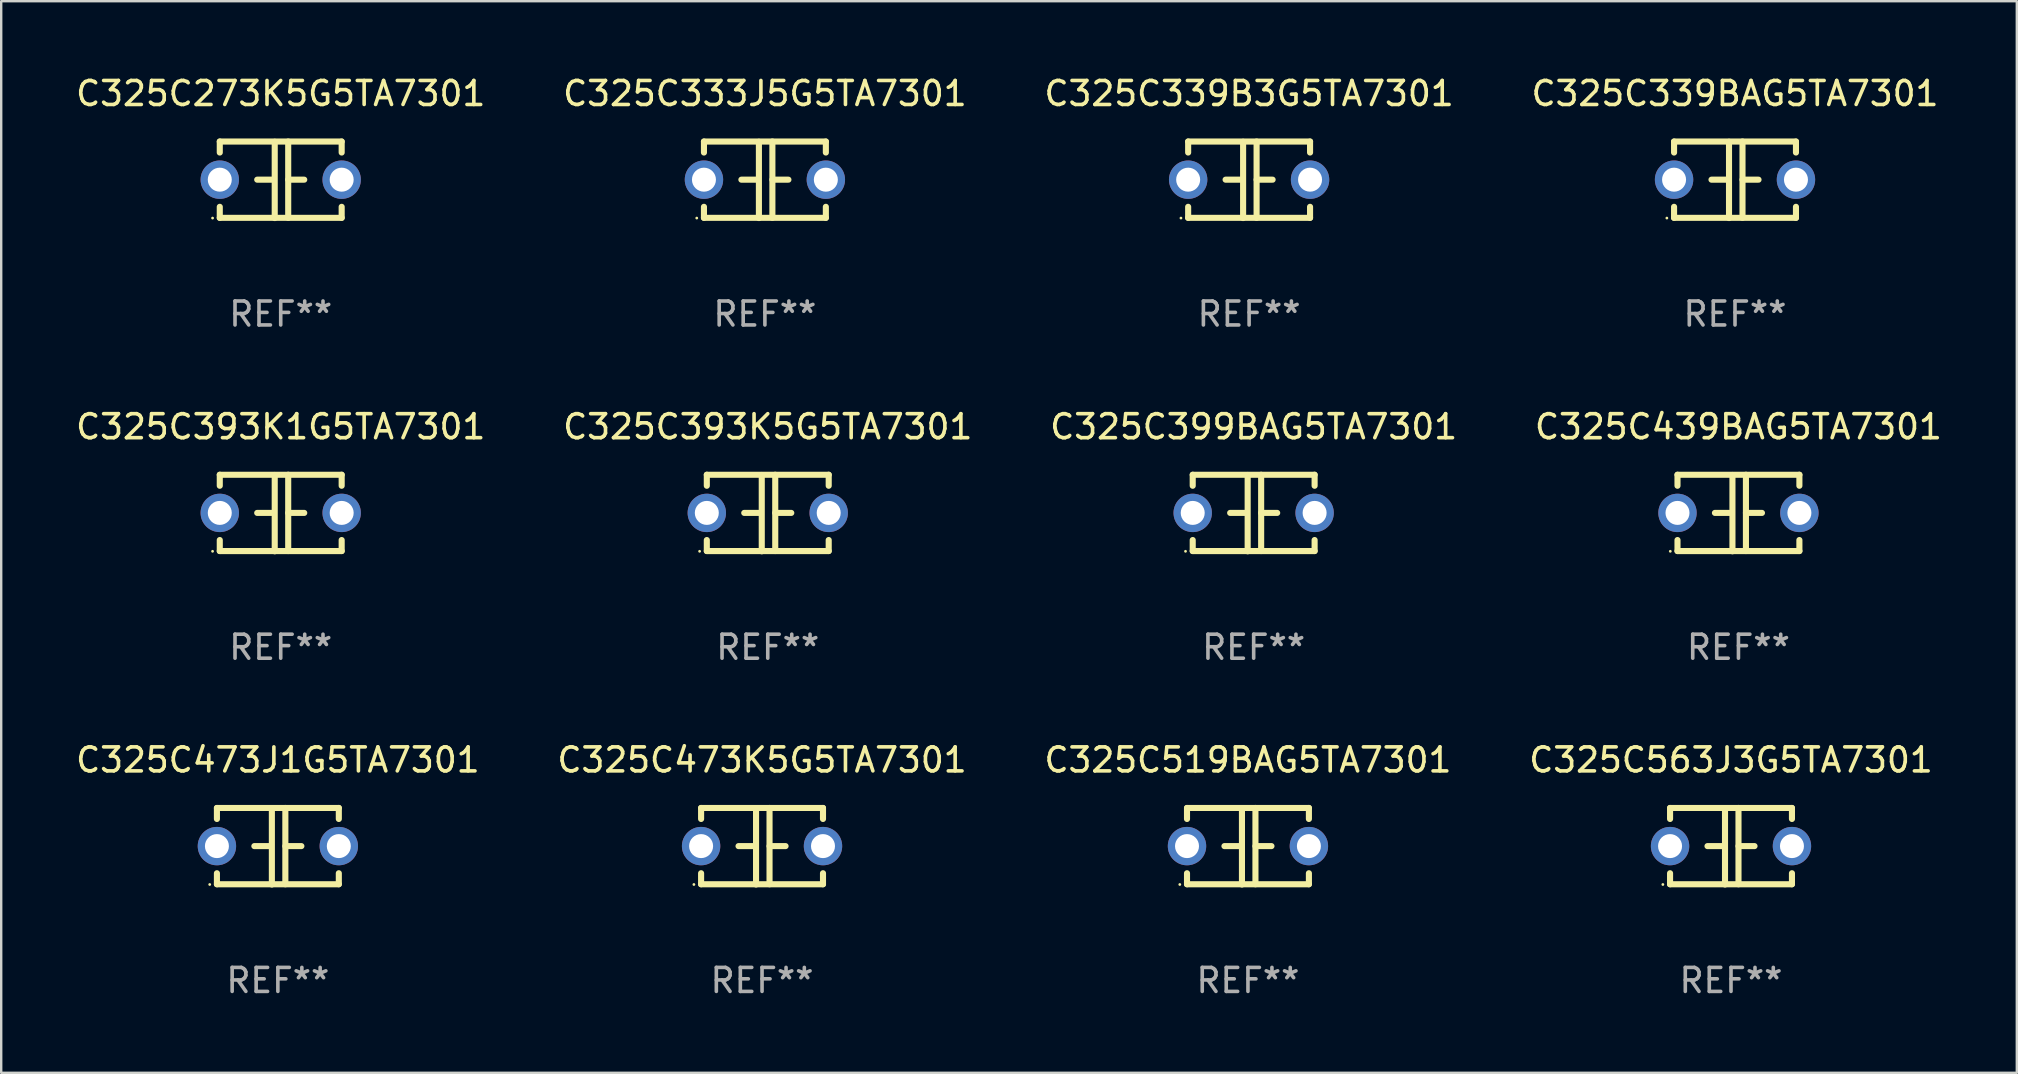
<source format=kicad_pcb>
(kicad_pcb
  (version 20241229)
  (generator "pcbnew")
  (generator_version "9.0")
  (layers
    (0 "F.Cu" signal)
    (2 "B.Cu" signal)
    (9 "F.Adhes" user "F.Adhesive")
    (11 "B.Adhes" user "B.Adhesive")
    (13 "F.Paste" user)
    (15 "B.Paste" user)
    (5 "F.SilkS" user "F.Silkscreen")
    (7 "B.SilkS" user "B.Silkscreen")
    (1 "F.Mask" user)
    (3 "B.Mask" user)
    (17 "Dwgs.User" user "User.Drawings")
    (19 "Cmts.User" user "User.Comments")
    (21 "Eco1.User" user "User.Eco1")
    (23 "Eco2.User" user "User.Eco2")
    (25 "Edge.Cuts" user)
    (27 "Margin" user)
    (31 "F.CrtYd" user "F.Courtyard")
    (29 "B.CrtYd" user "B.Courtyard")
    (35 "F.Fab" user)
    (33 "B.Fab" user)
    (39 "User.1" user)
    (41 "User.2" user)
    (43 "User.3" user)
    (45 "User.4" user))
  (footprint "C325C339BAG5TA7301"
    (layer "F.Cu")
    (at 69.256 4.443)
    (property "Reference" "C325C339BAG5TA7301" (at 0 -3.595 0) (layer "F.SilkS") (effects (font (size 1 1) (thickness 0.15))))
    (attr through_hole)
    (fp_line (start -2.54 -1.595) (end -2.54 -1.136) (stroke (width 0.254) (type solid)) (layer "F.SilkS"))
    (fp_line (start -2.54 -1.595) (end 2.54 -1.595) (stroke (width 0.254) (type solid)) (layer "F.SilkS"))
    (fp_line (start -2.54 1.126) (end -2.54 1.585) (stroke (width 0.254) (type solid)) (layer "F.SilkS"))
    (fp_line (start -0.312 -0.005) (end -0.98 -0.005) (stroke (width 0.254) (type solid)) (layer "F.SilkS"))
    (fp_line (start -0.25 -1.585) (end -0.25 1.595) (stroke (width 0.254) (type solid)) (layer "F.SilkS"))
    (fp_line (start 0.312 -1.595) (end 0.312 1.585) (stroke (width 0.254) (type solid)) (layer "F.SilkS"))
    (fp_line (start 0.312 -0.005) (end 0.98 -0.005) (stroke (width 0.254) (type solid)) (layer "F.SilkS"))
    (fp_line (start 2.54 -1.595) (end 2.54 -1.136) (stroke (width 0.254) (type solid)) (layer "F.SilkS"))
    (fp_line (start 2.54 1.126) (end 2.54 1.585) (stroke (width 0.254) (type solid)) (layer "F.SilkS"))
    (fp_line (start 2.54 1.585) (end -2.54 1.585) (stroke (width 0.254) (type solid)) (layer "F.SilkS"))
    (fp_circle (center -2.84 1.595) (end -2.81 1.595) (stroke (width 0.06) (type solid)) (fill no) (layer "F.SilkS"))
    (fp_text user "REF**" (at 0 5.595 0) (layer "F.Fab") (effects (font (size 1 1) (thickness 0.15))))
    (pad "1" thru_hole circle (at -2.54 -0.005) (size 1.6 1.6) (drill 1) (layers "*.Cu" "*.Mask"))
    (pad "2" thru_hole circle (at 2.54 -0.005) (size 1.6 1.6) (drill 1) (layers "*.Cu" "*.Mask")))
  (footprint "C325C473K5G5TA7301"
    (layer "F.Cu")
    (at 28.708 32.216)
    (property "Reference" "C325C473K5G5TA7301" (at 0 -3.595 0) (layer "F.SilkS") (effects (font (size 1 1) (thickness 0.15))))
    (attr through_hole)
    (fp_line (start -2.54 -1.595) (end -2.54 -1.136) (stroke (width 0.254) (type solid)) (layer "F.SilkS"))
    (fp_line (start -2.54 -1.595) (end 2.54 -1.595) (stroke (width 0.254) (type solid)) (layer "F.SilkS"))
    (fp_line (start -2.54 1.126) (end -2.54 1.585) (stroke (width 0.254) (type solid)) (layer "F.SilkS"))
    (fp_line (start -0.312 -0.005) (end -0.98 -0.005) (stroke (width 0.254) (type solid)) (layer "F.SilkS"))
    (fp_line (start -0.25 -1.585) (end -0.25 1.595) (stroke (width 0.254) (type solid)) (layer "F.SilkS"))
    (fp_line (start 0.312 -1.595) (end 0.312 1.585) (stroke (width 0.254) (type solid)) (layer "F.SilkS"))
    (fp_line (start 0.312 -0.005) (end 0.98 -0.005) (stroke (width 0.254) (type solid)) (layer "F.SilkS"))
    (fp_line (start 2.54 -1.595) (end 2.54 -1.136) (stroke (width 0.254) (type solid)) (layer "F.SilkS"))
    (fp_line (start 2.54 1.126) (end 2.54 1.585) (stroke (width 0.254) (type solid)) (layer "F.SilkS"))
    (fp_line (start 2.54 1.585) (end -2.54 1.585) (stroke (width 0.254) (type solid)) (layer "F.SilkS"))
    (fp_circle (center -2.84 1.595) (end -2.81 1.595) (stroke (width 0.06) (type solid)) (fill no) (layer "F.SilkS"))
    (fp_text user "REF**" (at 0 5.595 0) (layer "F.Fab") (effects (font (size 1 1) (thickness 0.15))))
    (pad "1" thru_hole circle (at -2.54 -0.005) (size 1.6 1.6) (drill 1) (layers "*.Cu" "*.Mask"))
    (pad "2" thru_hole circle (at 2.54 -0.005) (size 1.6 1.6) (drill 1) (layers "*.Cu" "*.Mask")))
  (footprint "C325C399BAG5TA7301"
    (layer "F.Cu")
    (at 49.196 18.33)
    (property "Reference" "C325C399BAG5TA7301" (at 0 -3.595 0) (layer "F.SilkS") (effects (font (size 1 1) (thickness 0.15))))
    (attr through_hole)
    (fp_line (start -2.54 -1.595) (end -2.54 -1.136) (stroke (width 0.254) (type solid)) (layer "F.SilkS"))
    (fp_line (start -2.54 -1.595) (end 2.54 -1.595) (stroke (width 0.254) (type solid)) (layer "F.SilkS"))
    (fp_line (start -2.54 1.126) (end -2.54 1.585) (stroke (width 0.254) (type solid)) (layer "F.SilkS"))
    (fp_line (start -0.312 -0.005) (end -0.98 -0.005) (stroke (width 0.254) (type solid)) (layer "F.SilkS"))
    (fp_line (start -0.25 -1.585) (end -0.25 1.595) (stroke (width 0.254) (type solid)) (layer "F.SilkS"))
    (fp_line (start 0.312 -1.595) (end 0.312 1.585) (stroke (width 0.254) (type solid)) (layer "F.SilkS"))
    (fp_line (start 0.312 -0.005) (end 0.98 -0.005) (stroke (width 0.254) (type solid)) (layer "F.SilkS"))
    (fp_line (start 2.54 -1.595) (end 2.54 -1.136) (stroke (width 0.254) (type solid)) (layer "F.SilkS"))
    (fp_line (start 2.54 1.126) (end 2.54 1.585) (stroke (width 0.254) (type solid)) (layer "F.SilkS"))
    (fp_line (start 2.54 1.585) (end -2.54 1.585) (stroke (width 0.254) (type solid)) (layer "F.SilkS"))
    (fp_circle (center -2.84 1.595) (end -2.81 1.595) (stroke (width 0.06) (type solid)) (fill no) (layer "F.SilkS"))
    (fp_text user "REF**" (at 0 5.595 0) (layer "F.Fab") (effects (font (size 1 1) (thickness 0.15))))
    (pad "1" thru_hole circle (at -2.54 -0.005) (size 1.6 1.6) (drill 1) (layers "*.Cu" "*.Mask"))
    (pad "2" thru_hole circle (at 2.54 -0.005) (size 1.6 1.6) (drill 1) (layers "*.Cu" "*.Mask")))
  (footprint "C325C473J1G5TA7301"
    (layer "F.Cu")
    (at 8.53 32.216)
    (property "Reference" "C325C473J1G5TA7301" (at 0 -3.595 0) (layer "F.SilkS") (effects (font (size 1 1) (thickness 0.15))))
    (attr through_hole)
    (fp_line (start -2.54 -1.595) (end -2.54 -1.136) (stroke (width 0.254) (type solid)) (layer "F.SilkS"))
    (fp_line (start -2.54 -1.595) (end 2.54 -1.595) (stroke (width 0.254) (type solid)) (layer "F.SilkS"))
    (fp_line (start -2.54 1.126) (end -2.54 1.585) (stroke (width 0.254) (type solid)) (layer "F.SilkS"))
    (fp_line (start -0.312 -0.005) (end -0.98 -0.005) (stroke (width 0.254) (type solid)) (layer "F.SilkS"))
    (fp_line (start -0.25 -1.585) (end -0.25 1.595) (stroke (width 0.254) (type solid)) (layer "F.SilkS"))
    (fp_line (start 0.312 -1.595) (end 0.312 1.585) (stroke (width 0.254) (type solid)) (layer "F.SilkS"))
    (fp_line (start 0.312 -0.005) (end 0.98 -0.005) (stroke (width 0.254) (type solid)) (layer "F.SilkS"))
    (fp_line (start 2.54 -1.595) (end 2.54 -1.136) (stroke (width 0.254) (type solid)) (layer "F.SilkS"))
    (fp_line (start 2.54 1.126) (end 2.54 1.585) (stroke (width 0.254) (type solid)) (layer "F.SilkS"))
    (fp_line (start 2.54 1.585) (end -2.54 1.585) (stroke (width 0.254) (type solid)) (layer "F.SilkS"))
    (fp_circle (center -2.84 1.595) (end -2.81 1.595) (stroke (width 0.06) (type solid)) (fill no) (layer "F.SilkS"))
    (fp_text user "REF**" (at 0 5.595 0) (layer "F.Fab") (effects (font (size 1 1) (thickness 0.15))))
    (pad "1" thru_hole circle (at -2.54 -0.005) (size 1.6 1.6) (drill 1) (layers "*.Cu" "*.Mask"))
    (pad "2" thru_hole circle (at 2.54 -0.005) (size 1.6 1.6) (drill 1) (layers "*.Cu" "*.Mask")))
  (footprint "C325C273K5G5TA7301"
    (layer "F.Cu")
    (at 8.649 4.443)
    (property "Reference" "C325C273K5G5TA7301" (at 0 -3.595 0) (layer "F.SilkS") (effects (font (size 1 1) (thickness 0.15))))
    (attr through_hole)
    (fp_line (start -2.54 -1.595) (end -2.54 -1.136) (stroke (width 0.254) (type solid)) (layer "F.SilkS"))
    (fp_line (start -2.54 -1.595) (end 2.54 -1.595) (stroke (width 0.254) (type solid)) (layer "F.SilkS"))
    (fp_line (start -2.54 1.126) (end -2.54 1.585) (stroke (width 0.254) (type solid)) (layer "F.SilkS"))
    (fp_line (start -0.312 -0.005) (end -0.98 -0.005) (stroke (width 0.254) (type solid)) (layer "F.SilkS"))
    (fp_line (start -0.25 -1.585) (end -0.25 1.595) (stroke (width 0.254) (type solid)) (layer "F.SilkS"))
    (fp_line (start 0.312 -1.595) (end 0.312 1.585) (stroke (width 0.254) (type solid)) (layer "F.SilkS"))
    (fp_line (start 0.312 -0.005) (end 0.98 -0.005) (stroke (width 0.254) (type solid)) (layer "F.SilkS"))
    (fp_line (start 2.54 -1.595) (end 2.54 -1.136) (stroke (width 0.254) (type solid)) (layer "F.SilkS"))
    (fp_line (start 2.54 1.126) (end 2.54 1.585) (stroke (width 0.254) (type solid)) (layer "F.SilkS"))
    (fp_line (start 2.54 1.585) (end -2.54 1.585) (stroke (width 0.254) (type solid)) (layer "F.SilkS"))
    (fp_circle (center -2.84 1.595) (end -2.81 1.595) (stroke (width 0.06) (type solid)) (fill no) (layer "F.SilkS"))
    (fp_text user "REF**" (at 0 5.595 0) (layer "F.Fab") (effects (font (size 1 1) (thickness 0.15))))
    (pad "1" thru_hole circle (at -2.54 -0.005) (size 1.6 1.6) (drill 1) (layers "*.Cu" "*.Mask"))
    (pad "2" thru_hole circle (at 2.54 -0.005) (size 1.6 1.6) (drill 1) (layers "*.Cu" "*.Mask")))
  (footprint "C325C333J5G5TA7301"
    (layer "F.Cu")
    (at 28.827 4.443)
    (property "Reference" "C325C333J5G5TA7301" (at 0 -3.595 0) (layer "F.SilkS") (effects (font (size 1 1) (thickness 0.15))))
    (attr through_hole)
    (fp_line (start -2.54 -1.595) (end -2.54 -1.136) (stroke (width 0.254) (type solid)) (layer "F.SilkS"))
    (fp_line (start -2.54 -1.595) (end 2.54 -1.595) (stroke (width 0.254) (type solid)) (layer "F.SilkS"))
    (fp_line (start -2.54 1.126) (end -2.54 1.585) (stroke (width 0.254) (type solid)) (layer "F.SilkS"))
    (fp_line (start -0.312 -0.005) (end -0.98 -0.005) (stroke (width 0.254) (type solid)) (layer "F.SilkS"))
    (fp_line (start -0.25 -1.585) (end -0.25 1.595) (stroke (width 0.254) (type solid)) (layer "F.SilkS"))
    (fp_line (start 0.312 -1.595) (end 0.312 1.585) (stroke (width 0.254) (type solid)) (layer "F.SilkS"))
    (fp_line (start 0.312 -0.005) (end 0.98 -0.005) (stroke (width 0.254) (type solid)) (layer "F.SilkS"))
    (fp_line (start 2.54 -1.595) (end 2.54 -1.136) (stroke (width 0.254) (type solid)) (layer "F.SilkS"))
    (fp_line (start 2.54 1.126) (end 2.54 1.585) (stroke (width 0.254) (type solid)) (layer "F.SilkS"))
    (fp_line (start 2.54 1.585) (end -2.54 1.585) (stroke (width 0.254) (type solid)) (layer "F.SilkS"))
    (fp_circle (center -2.84 1.595) (end -2.81 1.595) (stroke (width 0.06) (type solid)) (fill no) (layer "F.SilkS"))
    (fp_text user "REF**" (at 0 5.595 0) (layer "F.Fab") (effects (font (size 1 1) (thickness 0.15))))
    (pad "1" thru_hole circle (at -2.54 -0.005) (size 1.6 1.6) (drill 1) (layers "*.Cu" "*.Mask"))
    (pad "2" thru_hole circle (at 2.54 -0.005) (size 1.6 1.6) (drill 1) (layers "*.Cu" "*.Mask")))
  (footprint "C325C519BAG5TA7301"
    (layer "F.Cu")
    (at 48.958 32.216)
    (property "Reference" "C325C519BAG5TA7301" (at 0 -3.595 0) (layer "F.SilkS") (effects (font (size 1 1) (thickness 0.15))))
    (attr through_hole)
    (fp_line (start -2.54 -1.595) (end -2.54 -1.136) (stroke (width 0.254) (type solid)) (layer "F.SilkS"))
    (fp_line (start -2.54 -1.595) (end 2.54 -1.595) (stroke (width 0.254) (type solid)) (layer "F.SilkS"))
    (fp_line (start -2.54 1.126) (end -2.54 1.585) (stroke (width 0.254) (type solid)) (layer "F.SilkS"))
    (fp_line (start -0.312 -0.005) (end -0.98 -0.005) (stroke (width 0.254) (type solid)) (layer "F.SilkS"))
    (fp_line (start -0.25 -1.585) (end -0.25 1.595) (stroke (width 0.254) (type solid)) (layer "F.SilkS"))
    (fp_line (start 0.312 -1.595) (end 0.312 1.585) (stroke (width 0.254) (type solid)) (layer "F.SilkS"))
    (fp_line (start 0.312 -0.005) (end 0.98 -0.005) (stroke (width 0.254) (type solid)) (layer "F.SilkS"))
    (fp_line (start 2.54 -1.595) (end 2.54 -1.136) (stroke (width 0.254) (type solid)) (layer "F.SilkS"))
    (fp_line (start 2.54 1.126) (end 2.54 1.585) (stroke (width 0.254) (type solid)) (layer "F.SilkS"))
    (fp_line (start 2.54 1.585) (end -2.54 1.585) (stroke (width 0.254) (type solid)) (layer "F.SilkS"))
    (fp_circle (center -2.84 1.595) (end -2.81 1.595) (stroke (width 0.06) (type solid)) (fill no) (layer "F.SilkS"))
    (fp_text user "REF**" (at 0 5.595 0) (layer "F.Fab") (effects (font (size 1 1) (thickness 0.15))))
    (pad "1" thru_hole circle (at -2.54 -0.005) (size 1.6 1.6) (drill 1) (layers "*.Cu" "*.Mask"))
    (pad "2" thru_hole circle (at 2.54 -0.005) (size 1.6 1.6) (drill 1) (layers "*.Cu" "*.Mask")))
  (footprint "C325C439BAG5TA7301"
    (layer "F.Cu")
    (at 69.399 18.33)
    (property "Reference" "C325C439BAG5TA7301" (at 0 -3.595 0) (layer "F.SilkS") (effects (font (size 1 1) (thickness 0.15))))
    (attr through_hole)
    (fp_line (start -2.54 -1.595) (end -2.54 -1.136) (stroke (width 0.254) (type solid)) (layer "F.SilkS"))
    (fp_line (start -2.54 -1.595) (end 2.54 -1.595) (stroke (width 0.254) (type solid)) (layer "F.SilkS"))
    (fp_line (start -2.54 1.126) (end -2.54 1.585) (stroke (width 0.254) (type solid)) (layer "F.SilkS"))
    (fp_line (start -0.312 -0.005) (end -0.98 -0.005) (stroke (width 0.254) (type solid)) (layer "F.SilkS"))
    (fp_line (start -0.25 -1.585) (end -0.25 1.595) (stroke (width 0.254) (type solid)) (layer "F.SilkS"))
    (fp_line (start 0.312 -1.595) (end 0.312 1.585) (stroke (width 0.254) (type solid)) (layer "F.SilkS"))
    (fp_line (start 0.312 -0.005) (end 0.98 -0.005) (stroke (width 0.254) (type solid)) (layer "F.SilkS"))
    (fp_line (start 2.54 -1.595) (end 2.54 -1.136) (stroke (width 0.254) (type solid)) (layer "F.SilkS"))
    (fp_line (start 2.54 1.126) (end 2.54 1.585) (stroke (width 0.254) (type solid)) (layer "F.SilkS"))
    (fp_line (start 2.54 1.585) (end -2.54 1.585) (stroke (width 0.254) (type solid)) (layer "F.SilkS"))
    (fp_circle (center -2.84 1.595) (end -2.81 1.595) (stroke (width 0.06) (type solid)) (fill no) (layer "F.SilkS"))
    (fp_text user "REF**" (at 0 5.595 0) (layer "F.Fab") (effects (font (size 1 1) (thickness 0.15))))
    (pad "1" thru_hole circle (at -2.54 -0.005) (size 1.6 1.6) (drill 1) (layers "*.Cu" "*.Mask"))
    (pad "2" thru_hole circle (at 2.54 -0.005) (size 1.6 1.6) (drill 1) (layers "*.Cu" "*.Mask")))
  (footprint "C325C563J3G5TA7301"
    (layer "F.Cu")
    (at 69.089 32.216)
    (property "Reference" "C325C563J3G5TA7301" (at 0 -3.595 0) (layer "F.SilkS") (effects (font (size 1 1) (thickness 0.15))))
    (attr through_hole)
    (fp_line (start -2.54 -1.595) (end -2.54 -1.136) (stroke (width 0.254) (type solid)) (layer "F.SilkS"))
    (fp_line (start -2.54 -1.595) (end 2.54 -1.595) (stroke (width 0.254) (type solid)) (layer "F.SilkS"))
    (fp_line (start -2.54 1.126) (end -2.54 1.585) (stroke (width 0.254) (type solid)) (layer "F.SilkS"))
    (fp_line (start -0.312 -0.005) (end -0.98 -0.005) (stroke (width 0.254) (type solid)) (layer "F.SilkS"))
    (fp_line (start -0.25 -1.585) (end -0.25 1.595) (stroke (width 0.254) (type solid)) (layer "F.SilkS"))
    (fp_line (start 0.312 -1.595) (end 0.312 1.585) (stroke (width 0.254) (type solid)) (layer "F.SilkS"))
    (fp_line (start 0.312 -0.005) (end 0.98 -0.005) (stroke (width 0.254) (type solid)) (layer "F.SilkS"))
    (fp_line (start 2.54 -1.595) (end 2.54 -1.136) (stroke (width 0.254) (type solid)) (layer "F.SilkS"))
    (fp_line (start 2.54 1.126) (end 2.54 1.585) (stroke (width 0.254) (type solid)) (layer "F.SilkS"))
    (fp_line (start 2.54 1.585) (end -2.54 1.585) (stroke (width 0.254) (type solid)) (layer "F.SilkS"))
    (fp_circle (center -2.84 1.595) (end -2.81 1.595) (stroke (width 0.06) (type solid)) (fill no) (layer "F.SilkS"))
    (fp_text user "REF**" (at 0 5.595 0) (layer "F.Fab") (effects (font (size 1 1) (thickness 0.15))))
    (pad "1" thru_hole circle (at -2.54 -0.005) (size 1.6 1.6) (drill 1) (layers "*.Cu" "*.Mask"))
    (pad "2" thru_hole circle (at 2.54 -0.005) (size 1.6 1.6) (drill 1) (layers "*.Cu" "*.Mask")))
  (footprint "C325C393K5G5TA7301"
    (layer "F.Cu")
    (at 28.946 18.33)
    (property "Reference" "C325C393K5G5TA7301" (at 0 -3.595 0) (layer "F.SilkS") (effects (font (size 1 1) (thickness 0.15))))
    (attr through_hole)
    (fp_line (start -2.54 -1.595) (end -2.54 -1.136) (stroke (width 0.254) (type solid)) (layer "F.SilkS"))
    (fp_line (start -2.54 -1.595) (end 2.54 -1.595) (stroke (width 0.254) (type solid)) (layer "F.SilkS"))
    (fp_line (start -2.54 1.126) (end -2.54 1.585) (stroke (width 0.254) (type solid)) (layer "F.SilkS"))
    (fp_line (start -0.312 -0.005) (end -0.98 -0.005) (stroke (width 0.254) (type solid)) (layer "F.SilkS"))
    (fp_line (start -0.25 -1.585) (end -0.25 1.595) (stroke (width 0.254) (type solid)) (layer "F.SilkS"))
    (fp_line (start 0.312 -1.595) (end 0.312 1.585) (stroke (width 0.254) (type solid)) (layer "F.SilkS"))
    (fp_line (start 0.312 -0.005) (end 0.98 -0.005) (stroke (width 0.254) (type solid)) (layer "F.SilkS"))
    (fp_line (start 2.54 -1.595) (end 2.54 -1.136) (stroke (width 0.254) (type solid)) (layer "F.SilkS"))
    (fp_line (start 2.54 1.126) (end 2.54 1.585) (stroke (width 0.254) (type solid)) (layer "F.SilkS"))
    (fp_line (start 2.54 1.585) (end -2.54 1.585) (stroke (width 0.254) (type solid)) (layer "F.SilkS"))
    (fp_circle (center -2.84 1.595) (end -2.81 1.595) (stroke (width 0.06) (type solid)) (fill no) (layer "F.SilkS"))
    (fp_text user "REF**" (at 0 5.595 0) (layer "F.Fab") (effects (font (size 1 1) (thickness 0.15))))
    (pad "1" thru_hole circle (at -2.54 -0.005) (size 1.6 1.6) (drill 1) (layers "*.Cu" "*.Mask"))
    (pad "2" thru_hole circle (at 2.54 -0.005) (size 1.6 1.6) (drill 1) (layers "*.Cu" "*.Mask")))
  (footprint "C325C393K1G5TA7301"
    (layer "F.Cu")
    (at 8.649 18.33)
    (property "Reference" "C325C393K1G5TA7301" (at 0 -3.595 0) (layer "F.SilkS") (effects (font (size 1 1) (thickness 0.15))))
    (attr through_hole)
    (fp_line (start -2.54 -1.595) (end -2.54 -1.136) (stroke (width 0.254) (type solid)) (layer "F.SilkS"))
    (fp_line (start -2.54 -1.595) (end 2.54 -1.595) (stroke (width 0.254) (type solid)) (layer "F.SilkS"))
    (fp_line (start -2.54 1.126) (end -2.54 1.585) (stroke (width 0.254) (type solid)) (layer "F.SilkS"))
    (fp_line (start -0.312 -0.005) (end -0.98 -0.005) (stroke (width 0.254) (type solid)) (layer "F.SilkS"))
    (fp_line (start -0.25 -1.585) (end -0.25 1.595) (stroke (width 0.254) (type solid)) (layer "F.SilkS"))
    (fp_line (start 0.312 -1.595) (end 0.312 1.585) (stroke (width 0.254) (type solid)) (layer "F.SilkS"))
    (fp_line (start 0.312 -0.005) (end 0.98 -0.005) (stroke (width 0.254) (type solid)) (layer "F.SilkS"))
    (fp_line (start 2.54 -1.595) (end 2.54 -1.136) (stroke (width 0.254) (type solid)) (layer "F.SilkS"))
    (fp_line (start 2.54 1.126) (end 2.54 1.585) (stroke (width 0.254) (type solid)) (layer "F.SilkS"))
    (fp_line (start 2.54 1.585) (end -2.54 1.585) (stroke (width 0.254) (type solid)) (layer "F.SilkS"))
    (fp_circle (center -2.84 1.595) (end -2.81 1.595) (stroke (width 0.06) (type solid)) (fill no) (layer "F.SilkS"))
    (fp_text user "REF**" (at 0 5.595 0) (layer "F.Fab") (effects (font (size 1 1) (thickness 0.15))))
    (pad "1" thru_hole circle (at -2.54 -0.005) (size 1.6 1.6) (drill 1) (layers "*.Cu" "*.Mask"))
    (pad "2" thru_hole circle (at 2.54 -0.005) (size 1.6 1.6) (drill 1) (layers "*.Cu" "*.Mask")))
  (footprint "C325C339B3G5TA7301"
    (layer "F.Cu")
    (at 49.006 4.443)
    (property "Reference" "C325C339B3G5TA7301" (at 0 -3.595 0) (layer "F.SilkS") (effects (font (size 1 1) (thickness 0.15))))
    (attr through_hole)
    (fp_line (start -2.54 -1.595) (end -2.54 -1.136) (stroke (width 0.254) (type solid)) (layer "F.SilkS"))
    (fp_line (start -2.54 -1.595) (end 2.54 -1.595) (stroke (width 0.254) (type solid)) (layer "F.SilkS"))
    (fp_line (start -2.54 1.126) (end -2.54 1.585) (stroke (width 0.254) (type solid)) (layer "F.SilkS"))
    (fp_line (start -0.312 -0.005) (end -0.98 -0.005) (stroke (width 0.254) (type solid)) (layer "F.SilkS"))
    (fp_line (start -0.25 -1.585) (end -0.25 1.595) (stroke (width 0.254) (type solid)) (layer "F.SilkS"))
    (fp_line (start 0.312 -1.595) (end 0.312 1.585) (stroke (width 0.254) (type solid)) (layer "F.SilkS"))
    (fp_line (start 0.312 -0.005) (end 0.98 -0.005) (stroke (width 0.254) (type solid)) (layer "F.SilkS"))
    (fp_line (start 2.54 -1.595) (end 2.54 -1.136) (stroke (width 0.254) (type solid)) (layer "F.SilkS"))
    (fp_line (start 2.54 1.126) (end 2.54 1.585) (stroke (width 0.254) (type solid)) (layer "F.SilkS"))
    (fp_line (start 2.54 1.585) (end -2.54 1.585) (stroke (width 0.254) (type solid)) (layer "F.SilkS"))
    (fp_circle (center -2.84 1.595) (end -2.81 1.595) (stroke (width 0.06) (type solid)) (fill no) (layer "F.SilkS"))
    (fp_text user "REF**" (at 0 5.595 0) (layer "F.Fab") (effects (font (size 1 1) (thickness 0.15))))
    (pad "1" thru_hole circle (at -2.54 -0.005) (size 1.6 1.6) (drill 1) (layers "*.Cu" "*.Mask"))
    (pad "2" thru_hole circle (at 2.54 -0.005) (size 1.6 1.6) (drill 1) (layers "*.Cu" "*.Mask")))
  (gr_rect
    (start -3 -3)
    (end 81 41.659)
    (stroke (width 0.1) (type default))
    (fill no)
    (layer "Edge.Cuts")))
</source>
